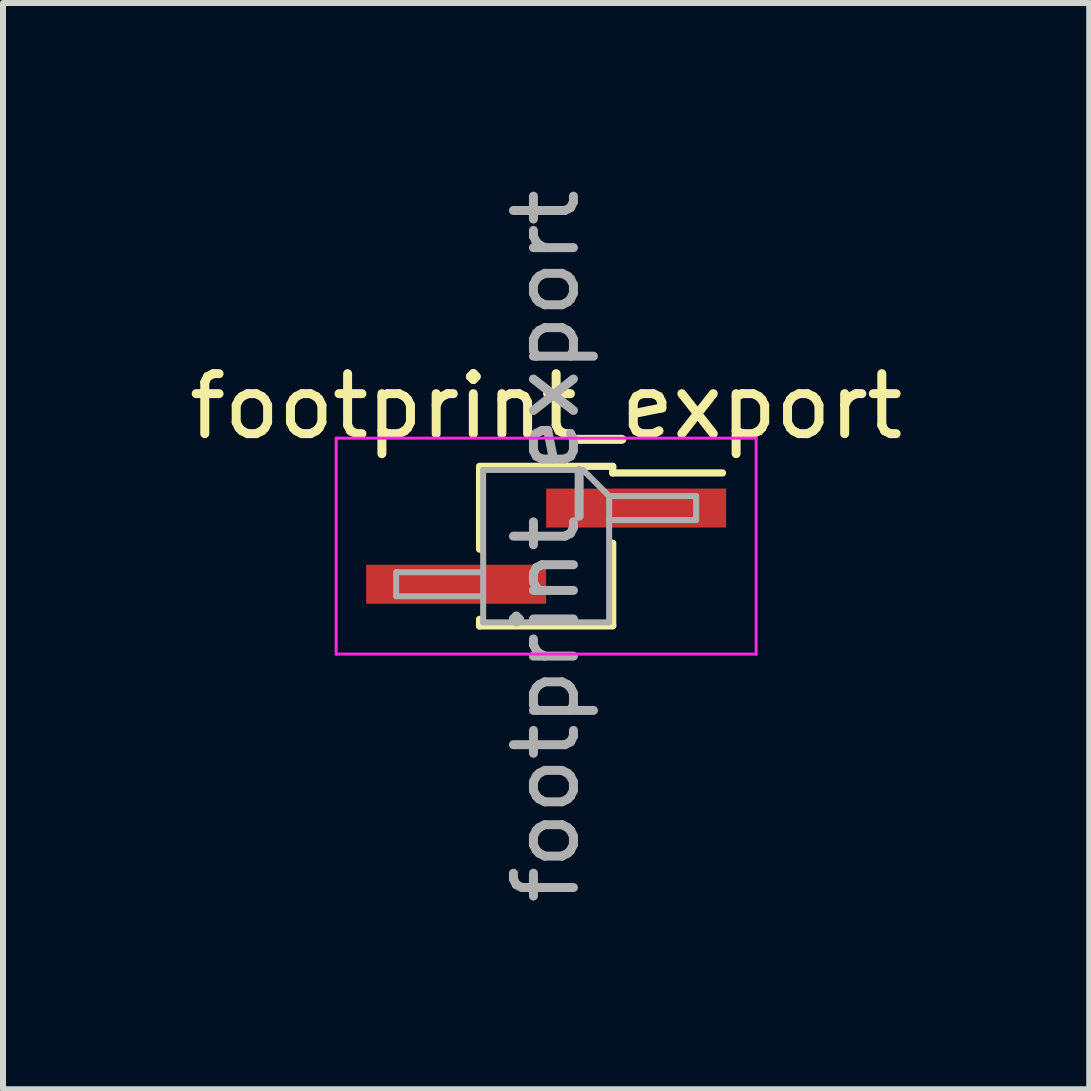
<source format=kicad_pcb>
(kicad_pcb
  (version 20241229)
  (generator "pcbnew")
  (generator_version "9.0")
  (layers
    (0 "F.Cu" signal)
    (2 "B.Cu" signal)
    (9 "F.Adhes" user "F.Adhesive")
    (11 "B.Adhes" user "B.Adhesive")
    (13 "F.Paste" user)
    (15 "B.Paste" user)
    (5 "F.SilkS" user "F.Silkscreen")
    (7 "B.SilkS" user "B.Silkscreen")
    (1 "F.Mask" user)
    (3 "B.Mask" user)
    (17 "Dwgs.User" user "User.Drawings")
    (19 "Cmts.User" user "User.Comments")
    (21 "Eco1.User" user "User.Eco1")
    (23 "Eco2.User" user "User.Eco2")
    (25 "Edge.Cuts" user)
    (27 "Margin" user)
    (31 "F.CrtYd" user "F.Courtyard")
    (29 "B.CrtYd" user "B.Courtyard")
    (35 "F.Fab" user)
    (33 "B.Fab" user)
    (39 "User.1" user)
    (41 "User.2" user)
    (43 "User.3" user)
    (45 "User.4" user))
  (footprint "footprint_export"
    (layer "F.Cu")
    (at 6.054 6.054)
    (property "Reference" "footprint_export" (at 0 -2.33 0) (layer "F.SilkS") (effects (font (size 1 1) (thickness 0.15))))
    (attr smd)
    (fp_line (start -1.11 -1.33) (end 1.11 -1.33) (stroke (width 0.12) (type solid)) (layer "F.SilkS"))
    (fp_line (start -1.11 -1.32) (end -1.11 0.05) (stroke (width 0.12) (type solid)) (layer "F.SilkS"))
    (fp_line (start -1.11 1.22) (end -1.11 1.33) (stroke (width 0.12) (type solid)) (layer "F.SilkS"))
    (fp_line (start -1.11 1.33) (end 1.11 1.33) (stroke (width 0.12) (type solid)) (layer "F.SilkS"))
    (fp_line (start 1.11 -1.33) (end 1.11 -1.22) (stroke (width 0.12) (type solid)) (layer "F.SilkS"))
    (fp_line (start 1.11 -1.22) (end 2.94 -1.22) (stroke (width 0.12) (type solid)) (layer "F.SilkS"))
    (fp_line (start 1.11 -0.05) (end 1.11 1.32) (stroke (width 0.12) (type solid)) (layer "F.SilkS"))
    (fp_line (start -3.5 -1.8) (end -3.5 1.8) (stroke (width 0.05) (type solid)) (layer "F.CrtYd"))
    (fp_line (start -3.5 1.8) (end 3.5 1.8) (stroke (width 0.05) (type solid)) (layer "F.CrtYd"))
    (fp_line (start 3.5 -1.8) (end -3.5 -1.8) (stroke (width 0.05) (type solid)) (layer "F.CrtYd"))
    (fp_line (start 3.5 1.8) (end 3.5 -1.8) (stroke (width 0.05) (type solid)) (layer "F.CrtYd"))
    (fp_line (start -2.5 0.435) (end -2.5 0.835) (stroke (width 0.1) (type solid)) (layer "F.Fab"))
    (fp_line (start -2.5 0.835) (end -1.05 0.835) (stroke (width 0.1) (type solid)) (layer "F.Fab"))
    (fp_line (start -1.05 -1.27) (end -1.05 1.27) (stroke (width 0.1) (type solid)) (layer "F.Fab"))
    (fp_line (start -1.05 -1.27) (end 0.615 -1.27) (stroke (width 0.1) (type solid)) (layer "F.Fab"))
    (fp_line (start -1.05 0.435) (end -2.5 0.435) (stroke (width 0.1) (type solid)) (layer "F.Fab"))
    (fp_line (start 1.05 -0.835) (end 0.615 -1.27) (stroke (width 0.1) (type solid)) (layer "F.Fab"))
    (fp_line (start 1.05 -0.835) (end 2.5 -0.835) (stroke (width 0.1) (type solid)) (layer "F.Fab"))
    (fp_line (start 1.05 1.27) (end -1.05 1.27) (stroke (width 0.1) (type solid)) (layer "F.Fab"))
    (fp_line (start 1.05 1.27) (end 1.05 -0.835) (stroke (width 0.1) (type solid)) (layer "F.Fab"))
    (fp_line (start 2.5 -0.835) (end 2.5 -0.435) (stroke (width 0.1) (type solid)) (layer "F.Fab"))
    (fp_line (start 2.5 -0.435) (end 1.05 -0.435) (stroke (width 0.1) (type solid)) (layer "F.Fab"))
    (fp_text user "${REFERENCE}" (at 0 0 90) (layer "F.Fab") (effects (font (size 1 1) (thickness 0.15))))
    (pad "1" smd rect (at 1.5 -0.635) (size 3 0.65) (layers "F.Cu" "F.Mask" "F.Paste"))
    (pad "2" smd rect (at -1.5 0.635) (size 3 0.65) (layers "F.Cu" "F.Mask" "F.Paste")))
  (gr_rect
    (start -3 -3)
    (end 15.107 15.107)
    (stroke (width 0.1) (type default))
    (fill no)
    (layer "Edge.Cuts")))
</source>
